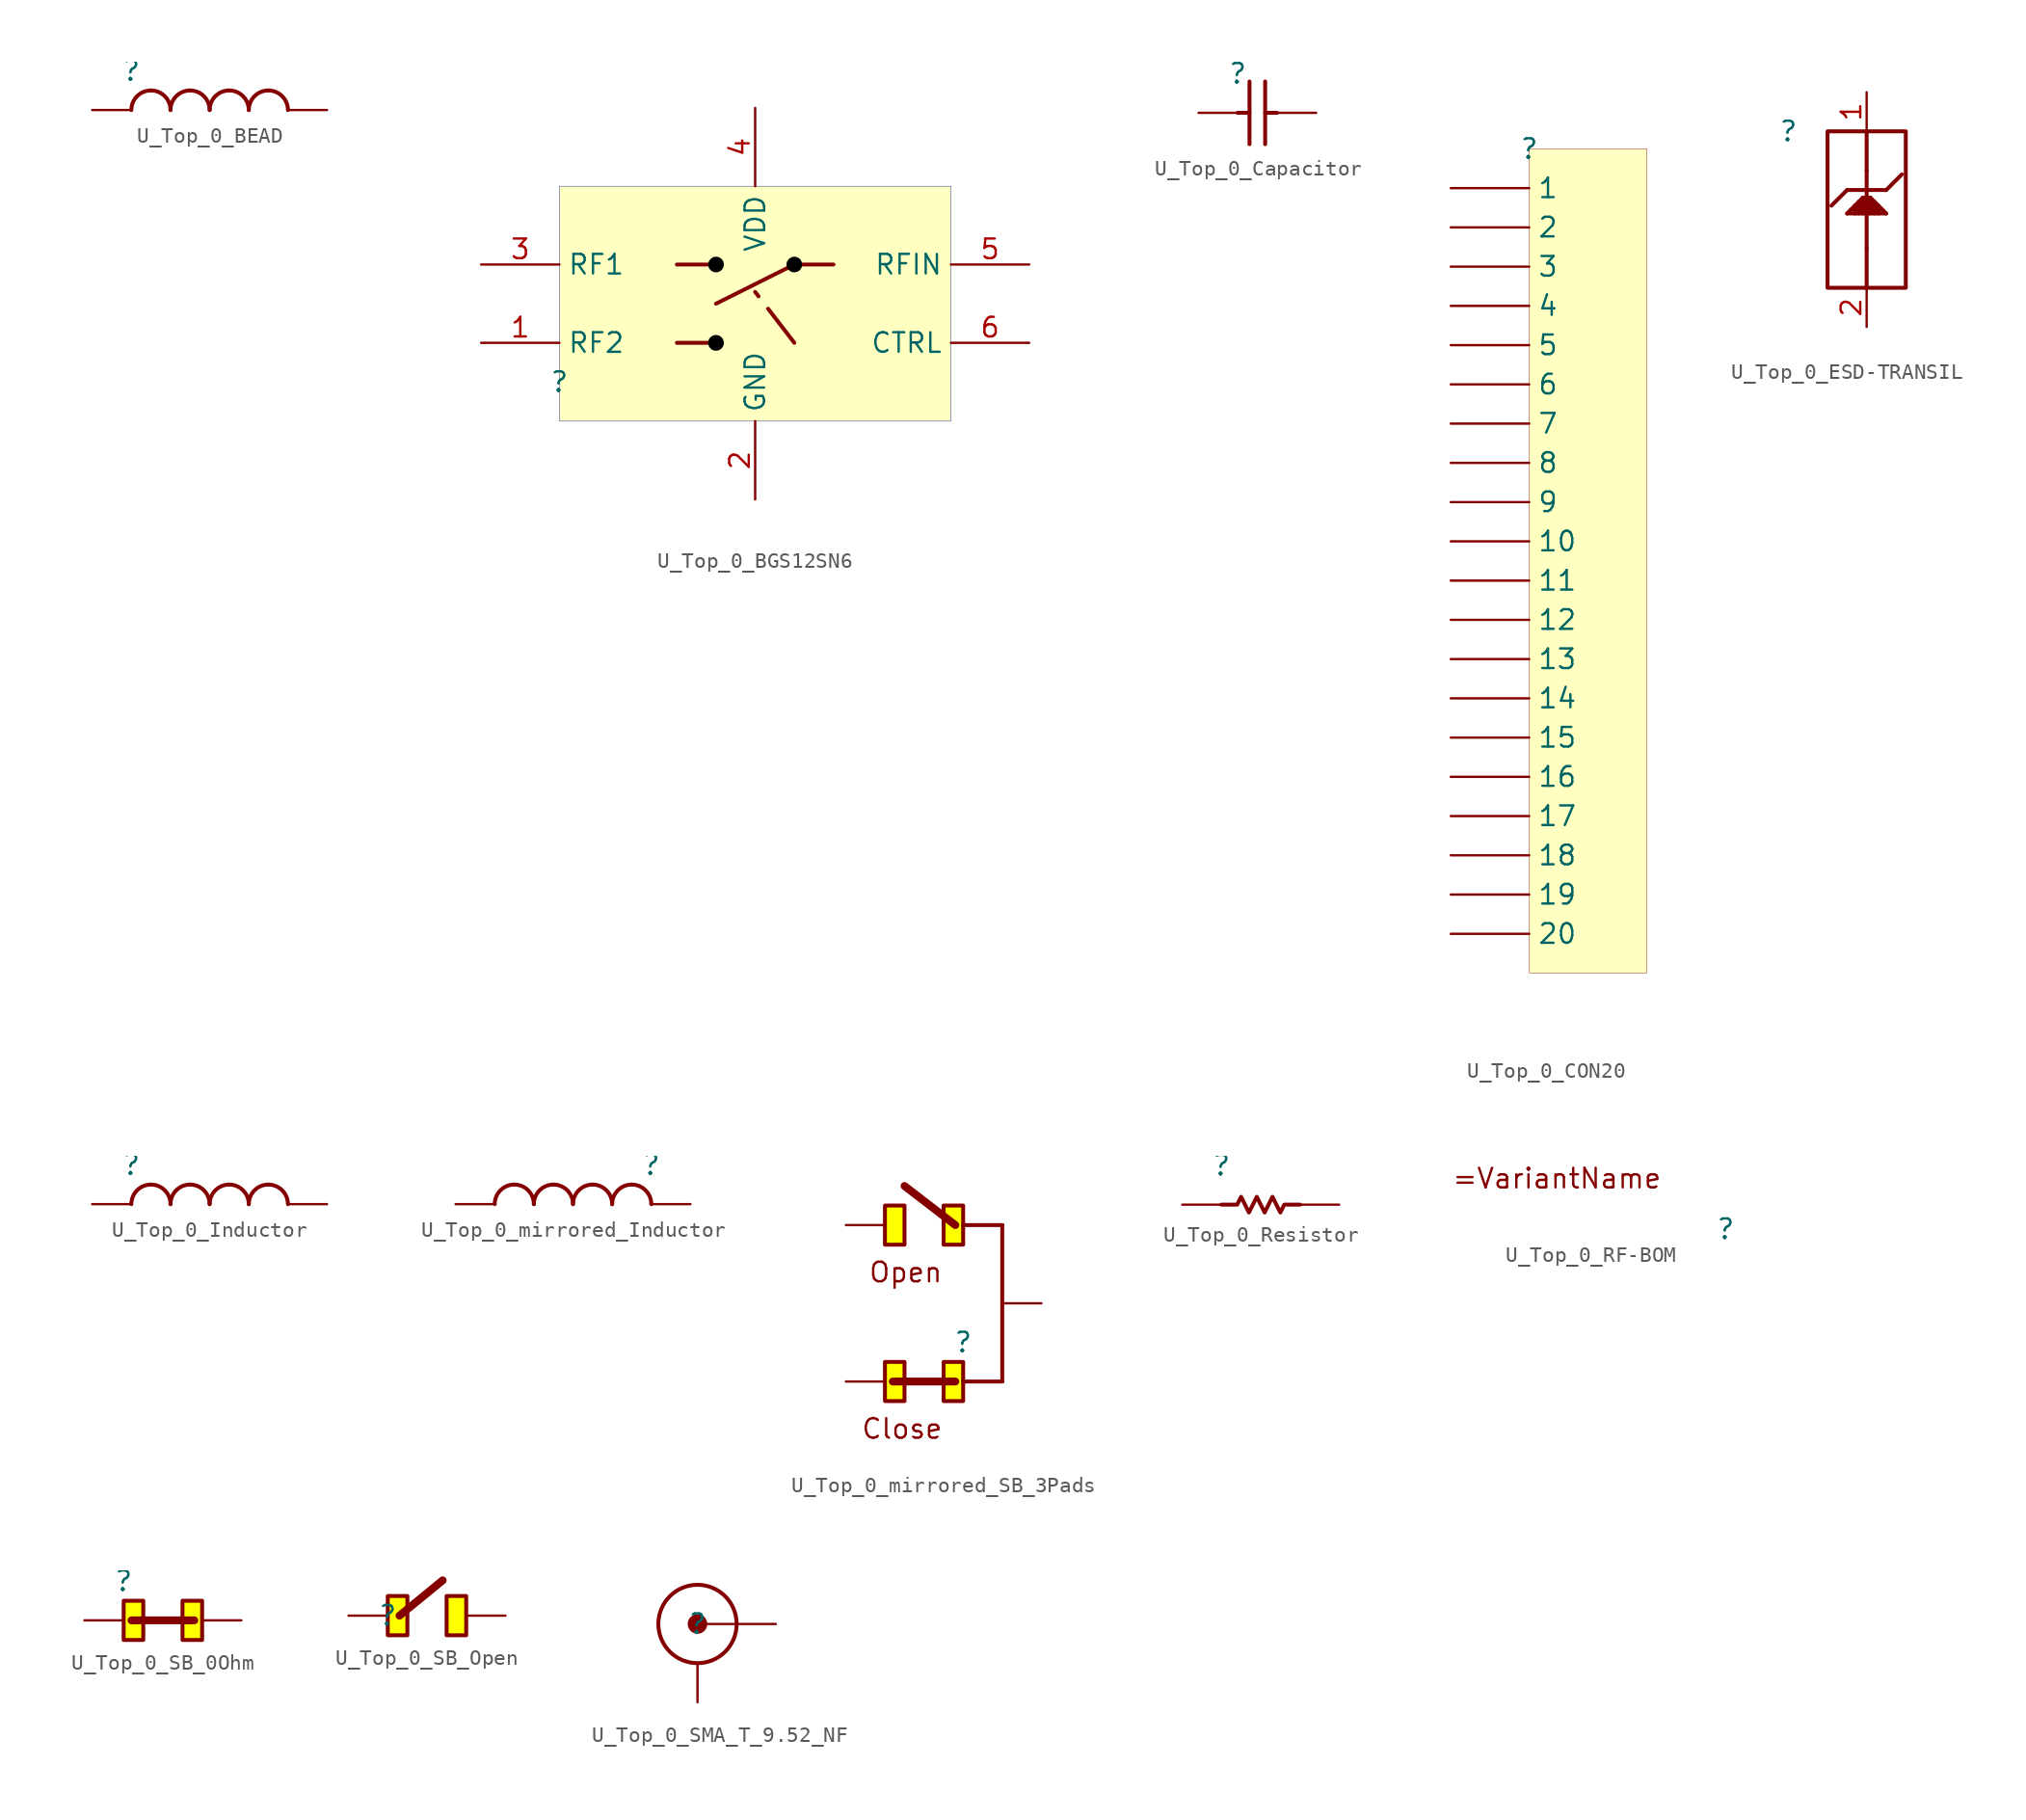
<source format=kicad_sym>
(kicad_symbol_lib
  (version 20231120)
  (generator "kicad_symbol_editor")
  (generator_version "8.0")
  (symbol "U_Top_0_BEAD"
    (property "Reference" ""
      (at 0 0 0)
      (effects (font (size 1.27 1.27))))
    (property "Value" ""
      (at 0 0 0)
      (effects (font (size 1.27 1.27))))
    (symbol "U_Top_0_BEAD_1_0"
      (arc (start 1.27 -1.27) (mid 0.372 -1.642) (end 0 -2.54) (stroke (width 0.254) (type solid)) (fill (type none)))
      (arc (start 2.54 -2.54) (mid 2.168 -1.642) (end 1.27 -1.27) (stroke (width 0.254) (type solid)) (fill (type none)))
      (arc (start 3.81 -1.27) (mid 2.912 -1.642) (end 2.54 -2.54) (stroke (width 0.254) (type solid)) (fill (type none)))
      (arc (start 5.08 -2.54) (mid 4.708 -1.642) (end 3.81 -1.27) (stroke (width 0.254) (type solid)) (fill (type none)))
      (arc (start 6.35 -1.27) (mid 5.452 -1.642) (end 5.08 -2.54) (stroke (width 0.254) (type solid)) (fill (type none)))
      (arc (start 7.62 -2.54) (mid 7.248 -1.642) (end 6.35 -1.27) (stroke (width 0.254) (type solid)) (fill (type none)))
      (arc (start 8.89 -1.27) (mid 7.992 -1.642) (end 7.62 -2.54) (stroke (width 0.254) (type solid)) (fill (type none)))
      (arc (start 10.16 -2.54) (mid 9.788 -1.642) (end 8.89 -1.27) (stroke (width 0.254) (type solid)) (fill (type none)))
      (pin passive line (at -2.54 -2.54 0) (length 2.54) (name "1" (effects (font (size 0 0)))) (number "1" (effects (font (size 0 0)))))
      (pin passive line (at 12.7 -2.54 180) (length 2.54) (name "2" (effects (font (size 0 0)))) (number "2" (effects (font (size 0 0)))))))
  (symbol "U_Top_0_BGS12SN6"
    (property "Reference" ""
      (at 0 0 0)
      (effects (font (size 1.27 1.27))))
    (property "Value" ""
      (at 0 0 0)
      (effects (font (size 1.27 1.27))))
    (symbol "U_Top_0_BGS12SN6_1_0"
      (polyline (pts (xy 7.62 2.54) (xy 10.16 2.54)) (stroke (width 0.254) (type solid)) (fill (type none)))
      (polyline (pts (xy 7.62 7.62) (xy 10.16 7.62)) (stroke (width 0.254) (type solid)) (fill (type none)))
      (polyline (pts (xy 10.16 5.08) (xy 15.24 7.62)) (stroke (width 0.254) (type solid)) (fill (type none)))
      (polyline (pts (xy 15.24 2.54) (xy 12.7 5.842)) (stroke (width 0.254) (type dash)) (fill (type none)))
      (polyline (pts (xy 15.24 7.62) (xy 17.78 7.62)) (stroke (width 0.254) (type solid)) (fill (type none)))
      (circle (center 10.16 7.62) (radius 0.254) (stroke (width 0.508) (type solid) (color 0 0 0 1)) (fill (type none)))
      (arc (start 10.414 2.54) (mid 9.906 2.545) (end 10.4138 2.5301) (stroke (width 0.508) (type solid) (color 0 0 0 1)) (fill (type none)))
      (circle (center 15.24 7.62) (radius 0.254) (stroke (width 0.508) (type solid) (color 0 0 0 1)) (fill (type none)))
      (rectangle (start 25.4 12.7) (end 0 -2.54) (stroke (width 0.025) (type solid) (color 0 0 128 1)) (fill (type background)))
      (pin passive line (at -5.08 2.54 0) (length 5.08) (name "RF2" (effects (font (size 1.27 1.27)))) (number "1" (effects (font (size 1.27 1.27)))))
      (pin passive line (at 12.7 -7.62 90) (length 5.08) (name "GND" (effects (font (size 1.27 1.27)))) (number "2" (effects (font (size 1.27 1.27)))))
      (pin passive line (at -5.08 7.62 0) (length 5.08) (name "RF1" (effects (font (size 1.27 1.27)))) (number "3" (effects (font (size 1.27 1.27)))))
      (pin passive line (at 12.7 17.78 270) (length 5.08) (name "VDD" (effects (font (size 1.27 1.27)))) (number "4" (effects (font (size 1.27 1.27)))))
      (pin passive line (at 30.48 7.62 180) (length 5.08) (name "RFIN" (effects (font (size 1.27 1.27)))) (number "5" (effects (font (size 1.27 1.27)))))
      (pin passive line (at 30.48 2.54 180) (length 5.08) (name "CTRL" (effects (font (size 1.27 1.27)))) (number "6" (effects (font (size 1.27 1.27)))))))
  (symbol "U_Top_0_Capacitor"
    (property "Reference" ""
      (at 0 0 0)
      (effects (font (size 1.27 1.27))))
    (property "Value" ""
      (at 0 0 0)
      (effects (font (size 1.27 1.27))))
    (symbol "U_Top_0_Capacitor_1_0"
      (polyline (pts (xy 0 -2.54) (xy 0.762 -2.54)) (stroke (width 0.254) (type solid)) (fill (type none)))
      (polyline (pts (xy 0.762 -4.572) (xy 0.762 -0.508)) (stroke (width 0.254) (type solid)) (fill (type none)))
      (polyline (pts (xy 1.778 -0.508) (xy 1.778 -4.572)) (stroke (width 0.254) (type solid)) (fill (type none)))
      (polyline (pts (xy 2.54 -2.54) (xy 1.778 -2.54)) (stroke (width 0.254) (type solid)) (fill (type none)))
      (pin passive line (at -2.54 -2.54 0) (length 2.54) (name "1" (effects (font (size 0 0)))) (number "1" (effects (font (size 0 0)))))
      (pin passive line (at 5.08 -2.54 180) (length 2.54) (name "2" (effects (font (size 0 0)))) (number "2" (effects (font (size 0 0)))))))
  (symbol "U_Top_0_CON20"
    (property "Reference" ""
      (at 0 0 0)
      (effects (font (size 1.27 1.27))))
    (property "Value" ""
      (at 0 0 0)
      (effects (font (size 1.27 1.27))))
    (symbol "U_Top_0_CON20_1_0"
      (rectangle (start 7.62 0) (end 0 -53.34) (stroke (width 0.025) (type solid) (color 128 0 0 1)) (fill (type background)))
      (pin passive line (at -5.08 -2.54 0) (length 5.08) (name "1" (effects (font (size 1.27 1.27)))) (number "1" (effects (font (size 0 0)))))
      (pin passive line (at -5.08 -25.4 0) (length 5.08) (name "10" (effects (font (size 1.27 1.27)))) (number "10" (effects (font (size 0 0)))))
      (pin passive line (at -5.08 -27.94 0) (length 5.08) (name "11" (effects (font (size 1.27 1.27)))) (number "11" (effects (font (size 0 0)))))
      (pin passive line (at -5.08 -30.48 0) (length 5.08) (name "12" (effects (font (size 1.27 1.27)))) (number "12" (effects (font (size 0 0)))))
      (pin passive line (at -5.08 -33.02 0) (length 5.08) (name "13" (effects (font (size 1.27 1.27)))) (number "13" (effects (font (size 0 0)))))
      (pin passive line (at -5.08 -35.56 0) (length 5.08) (name "14" (effects (font (size 1.27 1.27)))) (number "14" (effects (font (size 0 0)))))
      (pin passive line (at -5.08 -38.1 0) (length 5.08) (name "15" (effects (font (size 1.27 1.27)))) (number "15" (effects (font (size 0 0)))))
      (pin passive line (at -5.08 -40.64 0) (length 5.08) (name "16" (effects (font (size 1.27 1.27)))) (number "16" (effects (font (size 0 0)))))
      (pin passive line (at -5.08 -43.18 0) (length 5.08) (name "17" (effects (font (size 1.27 1.27)))) (number "17" (effects (font (size 0 0)))))
      (pin passive line (at -5.08 -45.72 0) (length 5.08) (name "18" (effects (font (size 1.27 1.27)))) (number "18" (effects (font (size 0 0)))))
      (pin passive line (at -5.08 -48.26 0) (length 5.08) (name "19" (effects (font (size 1.27 1.27)))) (number "19" (effects (font (size 0 0)))))
      (pin passive line (at -5.08 -5.08 0) (length 5.08) (name "2" (effects (font (size 1.27 1.27)))) (number "2" (effects (font (size 0 0)))))
      (pin passive line (at -5.08 -50.8 0) (length 5.08) (name "20" (effects (font (size 1.27 1.27)))) (number "20" (effects (font (size 0 0)))))
      (pin passive line (at -5.08 -7.62 0) (length 5.08) (name "3" (effects (font (size 1.27 1.27)))) (number "3" (effects (font (size 0 0)))))
      (pin passive line (at -5.08 -10.16 0) (length 5.08) (name "4" (effects (font (size 1.27 1.27)))) (number "4" (effects (font (size 0 0)))))
      (pin passive line (at -5.08 -12.7 0) (length 5.08) (name "5" (effects (font (size 1.27 1.27)))) (number "5" (effects (font (size 0 0)))))
      (pin passive line (at -5.08 -15.24 0) (length 5.08) (name "6" (effects (font (size 1.27 1.27)))) (number "6" (effects (font (size 0 0)))))
      (pin passive line (at -5.08 -17.78 0) (length 5.08) (name "7" (effects (font (size 1.27 1.27)))) (number "7" (effects (font (size 0 0)))))
      (pin passive line (at -5.08 -20.32 0) (length 5.08) (name "8" (effects (font (size 1.27 1.27)))) (number "8" (effects (font (size 0 0)))))
      (pin passive line (at -5.08 -22.86 0) (length 5.08) (name "9" (effects (font (size 1.27 1.27)))) (number "9" (effects (font (size 0 0)))))))
  (symbol "U_Top_0_ESD-TRANSIL"
    (property "Reference" ""
      (at 0 0 0)
      (effects (font (size 1.27 1.27))))
    (property "Value" ""
      (at 0 0 0)
      (effects (font (size 1.27 1.27))))
    (symbol "U_Top_0_ESD-TRANSIL_1_0"
      (polyline (pts (xy 3.81 -5.334) (xy 4.826 -4.318)) (stroke (width 0.254) (type solid)) (fill (type none)))
      (polyline (pts (xy 3.81 -5.334) (xy 6.35 -5.334)) (stroke (width 0.254) (type solid)) (fill (type none)))
      (polyline (pts (xy 3.81 -3.81) (xy 2.794 -4.826)) (stroke (width 0.254) (type solid)) (fill (type none)))
      (polyline (pts (xy 3.81 -3.81) (xy 6.35 -3.81)) (stroke (width 0.254) (type solid)) (fill (type none)))
      (polyline (pts (xy 4.064 -5.08) (xy 6.096 -5.08)) (stroke (width 0.254) (type solid)) (fill (type none)))
      (polyline (pts (xy 4.318 -5.334) (xy 4.318 -4.826)) (stroke (width 0.254) (type solid)) (fill (type none)))
      (polyline (pts (xy 4.318 -4.826) (xy 5.842 -4.826)) (stroke (width 0.254) (type solid)) (fill (type none)))
      (polyline (pts (xy 4.572 -5.334) (xy 4.572 -4.572)) (stroke (width 0.254) (type solid)) (fill (type none)))
      (polyline (pts (xy 4.572 -4.572) (xy 5.588 -4.572)) (stroke (width 0.254) (type solid)) (fill (type none)))
      (polyline (pts (xy 4.826 -5.334) (xy 4.826 -4.318)) (stroke (width 0.254) (type solid)) (fill (type none)))
      (polyline (pts (xy 4.826 -4.318) (xy 5.334 -4.318)) (stroke (width 0.254) (type solid)) (fill (type none)))
      (polyline (pts (xy 5.08 -10.16) (xy 5.08 -7.62)) (stroke (width 0.254) (type solid)) (fill (type none)))
      (polyline (pts (xy 5.08 -7.62) (xy 5.08 -2.54)) (stroke (width 0.254) (type solid)) (fill (type none)))
      (polyline (pts (xy 5.08 -2.54) (xy 5.08 0)) (stroke (width 0.254) (type solid)) (fill (type none)))
      (polyline (pts (xy 5.334 -5.334) (xy 5.334 -4.318)) (stroke (width 0.254) (type solid)) (fill (type none)))
      (polyline (pts (xy 5.334 -4.318) (xy 6.35 -5.334)) (stroke (width 0.254) (type solid)) (fill (type none)))
      (polyline (pts (xy 5.588 -5.334) (xy 5.588 -4.572)) (stroke (width 0.254) (type solid)) (fill (type none)))
      (polyline (pts (xy 5.842 -5.334) (xy 5.842 -4.826)) (stroke (width 0.254) (type solid)) (fill (type none)))
      (polyline (pts (xy 6.35 -3.81) (xy 7.366 -2.794)) (stroke (width 0.254) (type solid)) (fill (type none)))
      (rectangle (start 7.62 0) (end 2.54 -10.16) (stroke (width 0.254) (type solid) (color 128 0 0 1)) (fill (type none)))
      (pin passive line (at 5.08 2.54 270) (length 2.54) (name "IO1" (effects (font (size 0 0)))) (number "1" (effects (font (size 1.27 1.27)))))
      (pin passive line (at 5.08 -12.7 90) (length 2.54) (name "GND" (effects (font (size 0 0)))) (number "2" (effects (font (size 1.27 1.27)))))))
  (symbol "U_Top_0_Inductor"
    (property "Reference" ""
      (at 0 0 0)
      (effects (font (size 1.27 1.27))))
    (property "Value" ""
      (at 0 0 0)
      (effects (font (size 1.27 1.27))))
    (symbol "U_Top_0_Inductor_1_0"
      (arc (start 1.27 -1.27) (mid 0.372 -1.642) (end 0 -2.54) (stroke (width 0.254) (type solid)) (fill (type none)))
      (arc (start 2.54 -2.54) (mid 2.168 -1.642) (end 1.27 -1.27) (stroke (width 0.254) (type solid)) (fill (type none)))
      (arc (start 3.81 -1.27) (mid 2.912 -1.642) (end 2.54 -2.54) (stroke (width 0.254) (type solid)) (fill (type none)))
      (arc (start 5.08 -2.54) (mid 4.708 -1.642) (end 3.81 -1.27) (stroke (width 0.254) (type solid)) (fill (type none)))
      (arc (start 6.35 -1.27) (mid 5.452 -1.642) (end 5.08 -2.54) (stroke (width 0.254) (type solid)) (fill (type none)))
      (arc (start 7.62 -2.54) (mid 7.248 -1.642) (end 6.35 -1.27) (stroke (width 0.254) (type solid)) (fill (type none)))
      (arc (start 8.89 -1.27) (mid 7.992 -1.642) (end 7.62 -2.54) (stroke (width 0.254) (type solid)) (fill (type none)))
      (arc (start 10.16 -2.54) (mid 9.788 -1.642) (end 8.89 -1.27) (stroke (width 0.254) (type solid)) (fill (type none)))
      (pin passive line (at -2.54 -2.54 0) (length 2.54) (name "1" (effects (font (size 0 0)))) (number "1" (effects (font (size 0 0)))))
      (pin passive line (at 12.7 -2.54 180) (length 2.54) (name "2" (effects (font (size 0 0)))) (number "2" (effects (font (size 0 0)))))))
  (symbol "U_Top_0_mirrored_Inductor"
    (property "Reference" ""
      (at 0 0 0)
      (effects (font (size 1.27 1.27))))
    (property "Value" ""
      (at 0 0 0)
      (effects (font (size 1.27 1.27))))
    (symbol "U_Top_0_mirrored_Inductor_1_0"
      (arc (start -8.89 -1.27) (mid -9.788 -1.642) (end -10.16 -2.54) (stroke (width 0.254) (type solid)) (fill (type none)))
      (arc (start -7.62 -2.54) (mid -7.992 -1.642) (end -8.89 -1.27) (stroke (width 0.254) (type solid)) (fill (type none)))
      (arc (start -6.35 -1.27) (mid -7.248 -1.642) (end -7.62 -2.54) (stroke (width 0.254) (type solid)) (fill (type none)))
      (arc (start -5.08 -2.54) (mid -5.452 -1.642) (end -6.35 -1.27) (stroke (width 0.254) (type solid)) (fill (type none)))
      (arc (start -3.81 -1.27) (mid -4.708 -1.642) (end -5.08 -2.54) (stroke (width 0.254) (type solid)) (fill (type none)))
      (arc (start -2.54 -2.54) (mid -2.912 -1.642) (end -3.81 -1.27) (stroke (width 0.254) (type solid)) (fill (type none)))
      (arc (start -1.27 -1.27) (mid -2.168 -1.642) (end -2.54 -2.54) (stroke (width 0.254) (type solid)) (fill (type none)))
      (arc (start 0 -2.54) (mid -0.372 -1.642) (end -1.27 -1.27) (stroke (width 0.254) (type solid)) (fill (type none)))
      (pin passive line (at 2.54 -2.54 180) (length 2.54) (name "1" (effects (font (size 0 0)))) (number "1" (effects (font (size 0 0)))))
      (pin passive line (at -12.7 -2.54 0) (length 2.54) (name "2" (effects (font (size 0 0)))) (number "2" (effects (font (size 0 0)))))))
  (symbol "U_Top_0_mirrored_SB_3Pads"
    (property "Reference" ""
      (at 0 0 0)
      (effects (font (size 1.27 1.27))))
    (property "Value" ""
      (at 0 0 0)
      (effects (font (size 1.27 1.27))))
    (symbol "U_Top_0_mirrored_SB_3Pads_1_0"
      (polyline (pts (xy 2.54 -2.54) (xy 0 -2.54)) (stroke (width 0.254) (type solid)) (fill (type none)))
      (polyline (pts (xy 2.54 7.62) (xy 0 7.62)) (stroke (width 0.254) (type solid)) (fill (type none)))
      (polyline (pts (xy 2.54 7.62) (xy 2.54 -2.54)) (stroke (width 0.254) (type solid)) (fill (type none)))
      (polyline (pts (xy -0.508 -2.54) (xy -4.572 -2.54) (xy -0.508 -2.54)) (stroke (width 0.508) (type solid)) (fill (type none)))
      (polyline (pts (xy -0.508 7.62) (xy -3.81 10.16) (xy -0.508 7.62)) (stroke (width 0.508) (type solid)) (fill (type none)))
      (polyline (pts (xy -3.81 -1.27) (xy -3.81 -3.81) (xy -5.08 -3.81) (xy -5.08 -2.54) (xy -5.08 -1.27) (xy -3.81 -1.27)) (stroke (width 0.254) (type solid)) (fill (type color) (color 255 255 0 1)))
      (polyline (pts (xy -3.81 8.89) (xy -3.81 6.35) (xy -5.08 6.35) (xy -5.08 7.62) (xy -5.08 8.89) (xy -3.81 8.89)) (stroke (width 0.254) (type solid)) (fill (type color) (color 255 255 0 1)))
      (polyline (pts (xy 0 -1.27) (xy 0 -3.81) (xy -1.27 -3.81) (xy -1.27 -2.54) (xy -1.27 -1.27) (xy 0 -1.27)) (stroke (width 0.254) (type solid)) (fill (type color) (color 255 255 0 1)))
      (polyline (pts (xy 0 8.89) (xy 0 6.35) (xy -1.27 6.35) (xy -1.27 7.62) (xy -1.27 8.89) (xy 0 8.89)) (stroke (width 0.254) (type solid)) (fill (type color) (color 255 255 0 1)))
      (text "Close" (at -1.27 -6.35 0) (effects (font (size 1.27 1.27)) (justify right bottom)))
      (text "Open" (at -1.27 3.81 0) (effects (font (size 1.27 1.27)) (justify right bottom)))
      (pin passive line (at -7.62 7.62 0) (length 2.54) (name "1" (effects (font (size 0 0)))) (number "1" (effects (font (size 0 0)))))
      (pin passive line (at 5.08 2.54 180) (length 2.54) (name "2" (effects (font (size 0 0)))) (number "2" (effects (font (size 0 0)))))
      (pin passive line (at -7.62 -2.54 0) (length 2.54) (name "3" (effects (font (size 0 0)))) (number "3" (effects (font (size 0 0)))))))
  (symbol "U_Top_0_Resistor"
    (property "Reference" ""
      (at 0 0 0)
      (effects (font (size 1.27 1.27))))
    (property "Value" ""
      (at 0 0 0)
      (effects (font (size 1.27 1.27))))
    (symbol "U_Top_0_Resistor_1_0"
      (polyline (pts (xy 5.08 -2.54) (xy 4.064 -2.54) (xy 3.81 -3.048) (xy 3.302 -2.032) (xy 2.794 -3.048) (xy 2.286 -2.032) (xy 1.778 -3.048) (xy 1.27 -2.032) (xy 1.016 -2.54) (xy 0 -2.54)) (stroke (width 0.254) (type solid)) (fill (type none)))
      (pin passive line (at -2.54 -2.54 0) (length 2.54) (name "1" (effects (font (size 0 0)))) (number "1" (effects (font (size 0 0)))))
      (pin passive line (at 7.62 -2.54 180) (length 2.54) (name "2" (effects (font (size 0 0)))) (number "2" (effects (font (size 0 0)))))))
  (symbol "U_Top_0_RF-BOM"
    (property "Reference" ""
      (at 0 0 0)
      (effects (font (size 1.27 1.27))))
    (property "Value" ""
      (at 0 0 0)
      (effects (font (size 1.27 1.27))))
    (symbol "U_Top_0_RF-BOM_1_0"
      (text "=VariantName" (at -17.78 2.54 0) (effects (font (size 1.27 1.27)) (justify left bottom)))))
  (symbol "U_Top_0_SB_0Ohm"
    (property "Reference" ""
      (at 0 0 0)
      (effects (font (size 1.27 1.27))))
    (property "Value" ""
      (at 0 0 0)
      (effects (font (size 1.27 1.27))))
    (symbol "U_Top_0_SB_0Ohm_1_0"
      (polyline (pts (xy 0.508 -2.54) (xy 4.572 -2.54) (xy 0.508 -2.54)) (stroke (width 0.508) (type solid)) (fill (type none)))
      (polyline (pts (xy 0 -1.27) (xy 0 -3.81) (xy 1.27 -3.81) (xy 1.27 -2.54) (xy 1.27 -1.27) (xy 0 -1.27)) (stroke (width 0.254) (type solid)) (fill (type color) (color 255 255 0 1)))
      (polyline (pts (xy 3.81 -1.27) (xy 3.81 -3.81) (xy 5.08 -3.81) (xy 5.08 -2.54) (xy 5.08 -1.27) (xy 3.81 -1.27)) (stroke (width 0.254) (type solid)) (fill (type color) (color 255 255 0 1)))
      (pin passive line (at 7.62 -2.54 180) (length 2.54) (name "1" (effects (font (size 0 0)))) (number "1" (effects (font (size 0 0)))))
      (pin passive line (at -2.54 -2.54 0) (length 2.54) (name "2" (effects (font (size 0 0)))) (number "2" (effects (font (size 0 0)))))))
  (symbol "U_Top_0_SB_Open"
    (property "Reference" ""
      (at 0 0 0)
      (effects (font (size 1.27 1.27))))
    (property "Value" ""
      (at 0 0 0)
      (effects (font (size 1.27 1.27))))
    (symbol "U_Top_0_SB_Open_1_0"
      (polyline (pts (xy 3.556 2.286) (xy 0.762 0) (xy 3.556 2.286)) (stroke (width 0.508) (type solid)) (fill (type none)))
      (polyline (pts (xy 0 1.27) (xy 0 -1.27) (xy 1.27 -1.27) (xy 1.27 0) (xy 1.27 1.27) (xy 0 1.27)) (stroke (width 0.254) (type solid)) (fill (type color) (color 255 255 0 1)))
      (polyline (pts (xy 3.81 1.27) (xy 3.81 -1.27) (xy 5.08 -1.27) (xy 5.08 0) (xy 5.08 1.27) (xy 3.81 1.27)) (stroke (width 0.254) (type solid)) (fill (type color) (color 255 255 0 1)))
      (pin passive line (at 7.62 0 180) (length 2.54) (name "1" (effects (font (size 0 0)))) (number "1" (effects (font (size 0 0)))))
      (pin passive line (at -2.54 0 0) (length 2.54) (name "2" (effects (font (size 0 0)))) (number "2" (effects (font (size 0 0)))))))
  (symbol "U_Top_0_SMA_T_9.52_NF"
    (property "Reference" ""
      (at 0 0 0)
      (effects (font (size 1.27 1.27))))
    (property "Value" ""
      (at 0 0 0)
      (effects (font (size 1.27 1.27))))
    (symbol "U_Top_0_SMA_T_9.52_NF_1_0"
      (circle (center 0 0) (radius 0.508) (stroke (width 0.254) (type solid)) (fill (type outline)))
      (circle (center 0 0) (radius 2.54) (stroke (width 0.254) (type solid)) (fill (type none)))
      (pin passive line (at 5.08 0 180) (length 5.08) (name "X" (effects (font (size 0 0)))) (number "1" (effects (font (size 0 0)))))
      (pin passive line (at 0 -5.08 90) (length 2.54) (name "Y" (effects (font (size 0 0)))) (number "2" (effects (font (size 0 0))))))))
</source>
